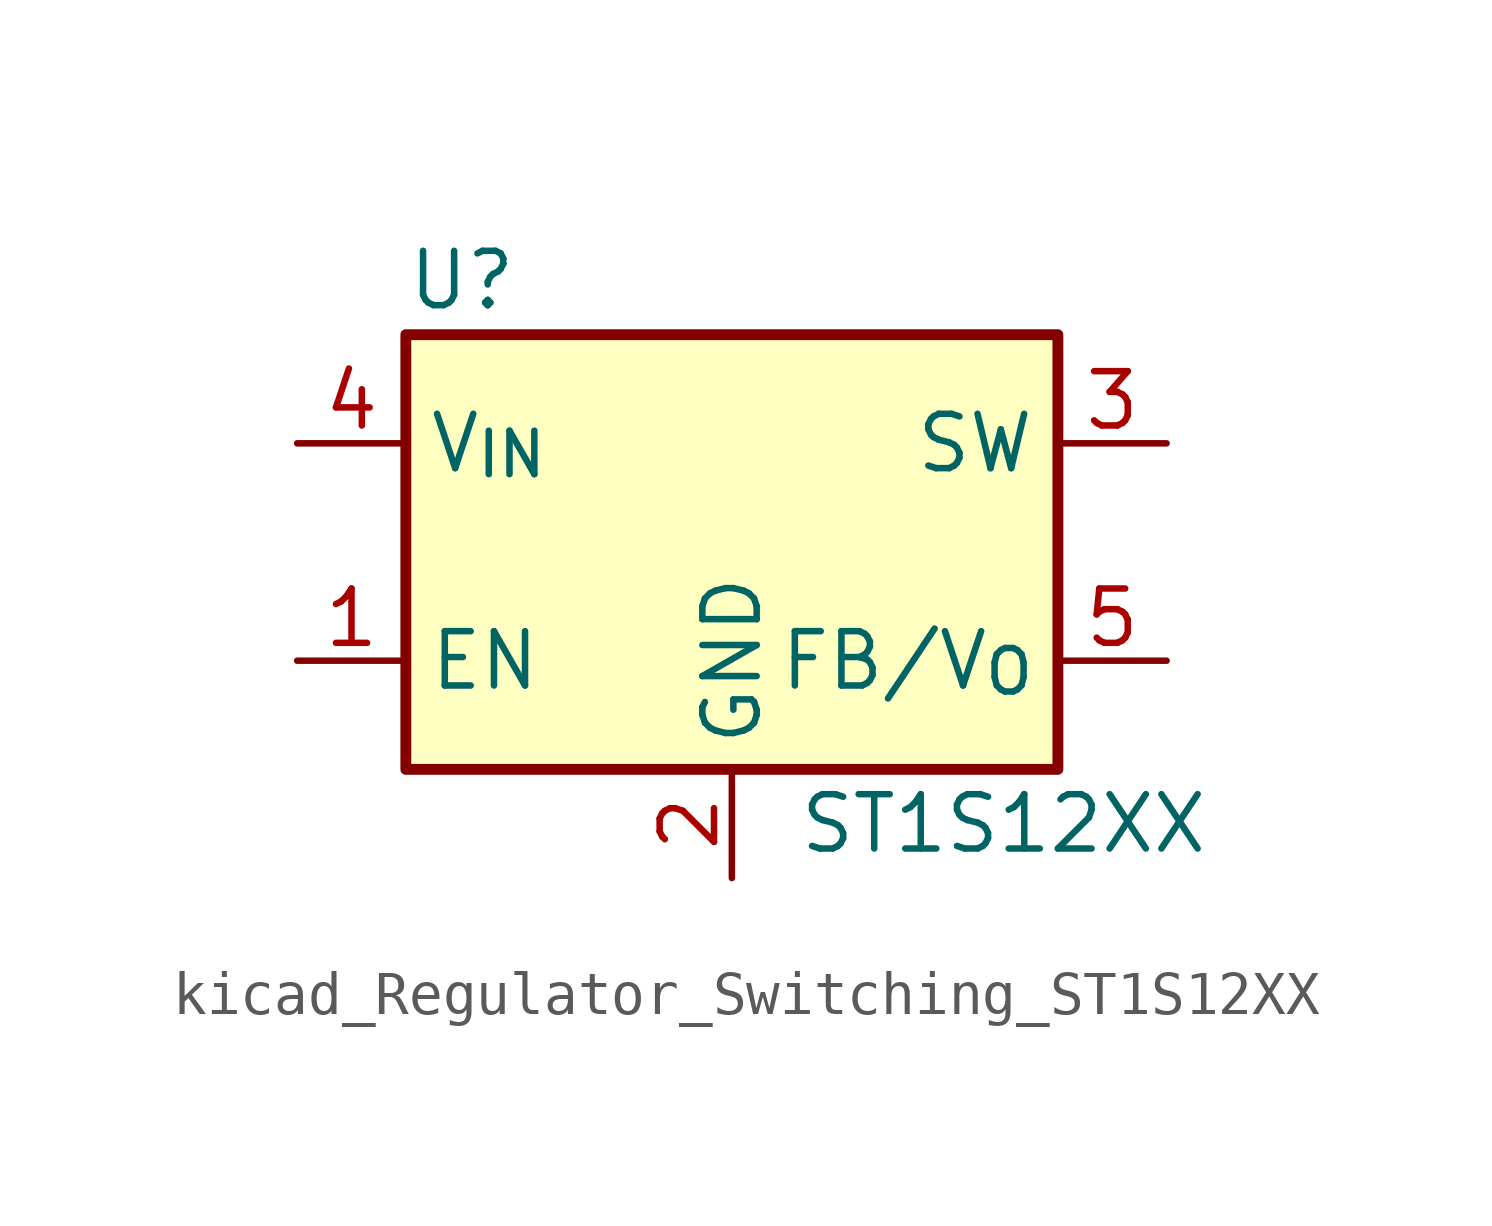
<source format=kicad_sym>
(kicad_symbol_lib
  (version 20220914)
  (generator kicad_symbol_editor)
  (symbol "kicad_Regulator_Switching_ST1S12XX"
    (property "Reference" "U"
      (at -7.62 6.35 0)
      (effects (font (size 1.27 1.27)) (justify left)))
    (property "Value" "ST1S12XX"
      (at 6.35 -6.35 0)
      (effects (font (size 1.27 1.27))))
    (symbol "kicad_Regulator_Switching_ST1S12XX_0_1"
      (rectangle (start 7.62 -5.08) (end -7.62 5.08) (stroke (width 0.254) (type default)) (fill (type background))))
    (symbol "kicad_Regulator_Switching_ST1S12XX_1_1"
      (pin input line (at -10.16 -2.54 0) (length 2.54) (name "EN" (effects (font (size 1.27 1.27)))) (number "1" (effects (font (size 1.27 1.27)))))
      (pin power_in line (at 0 -7.62 90) (length 2.54) (name "GND" (effects (font (size 1.27 1.27)))) (number "2" (effects (font (size 1.27 1.27)))))
      (pin output line (at 10.16 2.54 180) (length 2.54) (name "SW" (effects (font (size 1.27 1.27)))) (number "3" (effects (font (size 1.27 1.27)))))
      (pin input line (at -10.16 2.54 0) (length 2.54) (name "V_{IN}" (effects (font (size 1.27 1.27)))) (number "4" (effects (font (size 1.27 1.27)))))
      (pin input line (at 10.16 -2.54 180) (length 2.54) (name "FB/V_{O}" (effects (font (size 1.27 1.27)))) (number "5" (effects (font (size 1.27 1.27))))))))
</source>
